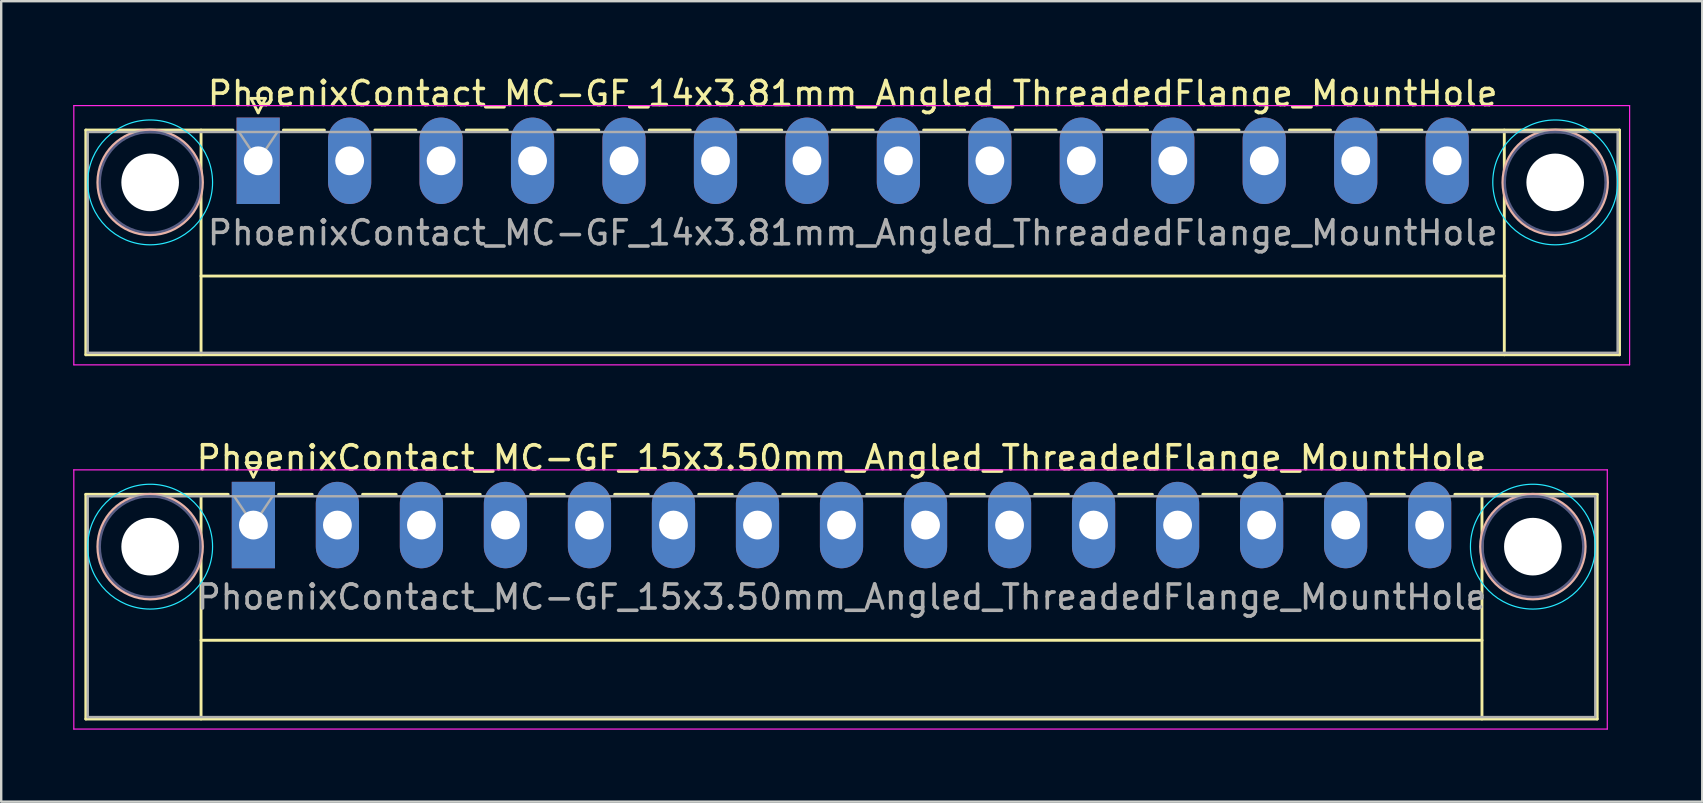
<source format=kicad_pcb>
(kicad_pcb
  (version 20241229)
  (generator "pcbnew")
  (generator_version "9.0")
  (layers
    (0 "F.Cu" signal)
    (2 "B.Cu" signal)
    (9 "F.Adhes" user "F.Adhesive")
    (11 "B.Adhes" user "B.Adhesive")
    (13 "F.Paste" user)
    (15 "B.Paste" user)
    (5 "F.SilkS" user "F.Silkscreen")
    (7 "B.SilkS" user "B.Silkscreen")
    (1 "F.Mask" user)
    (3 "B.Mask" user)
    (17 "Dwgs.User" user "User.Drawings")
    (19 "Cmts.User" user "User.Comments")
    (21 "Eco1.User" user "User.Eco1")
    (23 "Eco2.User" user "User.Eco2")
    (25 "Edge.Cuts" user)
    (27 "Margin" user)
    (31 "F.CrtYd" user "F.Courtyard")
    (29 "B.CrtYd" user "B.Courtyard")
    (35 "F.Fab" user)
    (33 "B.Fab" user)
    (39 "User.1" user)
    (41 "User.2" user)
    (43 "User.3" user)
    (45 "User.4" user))
  (footprint "PhoenixContact_MC-GF_14x3.81mm_Angled_ThreadedFlange_MountHole"
    (layer "F.Cu")
    (at 7.705 3.648)
    (property "Reference" "PhoenixContact_MC-GF_14x3.81mm_Angled_ThreadedFlange_MountHole" (at 24.765 -2.8 0) (layer "F.SilkS") (effects (font (size 1 1) (thickness 0.15))))
    (attr through_hole)
    (fp_line (start -7.18 -1.28) (end -7.18 8.08) (stroke (width 0.12) (type solid)) (layer "F.SilkS"))
    (fp_line (start -7.18 -1.28) (end -1.05 -1.28) (stroke (width 0.12) (type solid)) (layer "F.SilkS"))
    (fp_line (start -7.18 8.08) (end 56.71 8.08) (stroke (width 0.12) (type solid)) (layer "F.SilkS"))
    (fp_line (start -2.38 -1.28) (end -2.38 8.08) (stroke (width 0.12) (type solid)) (layer "F.SilkS"))
    (fp_line (start -2.38 4.8) (end 51.91 4.8) (stroke (width 0.12) (type solid)) (layer "F.SilkS"))
    (fp_line (start -0.3 -2.6) (end 0.3 -2.6) (stroke (width 0.12) (type solid)) (layer "F.SilkS"))
    (fp_line (start 0 -2) (end -0.3 -2.6) (stroke (width 0.12) (type solid)) (layer "F.SilkS"))
    (fp_line (start 0.3 -2.6) (end 0 -2) (stroke (width 0.12) (type solid)) (layer "F.SilkS"))
    (fp_line (start 1.05 -1.28) (end 2.76 -1.28) (stroke (width 0.12) (type solid)) (layer "F.SilkS"))
    (fp_line (start 4.86 -1.28) (end 6.57 -1.28) (stroke (width 0.12) (type solid)) (layer "F.SilkS"))
    (fp_line (start 8.67 -1.28) (end 10.38 -1.28) (stroke (width 0.12) (type solid)) (layer "F.SilkS"))
    (fp_line (start 12.48 -1.28) (end 14.19 -1.28) (stroke (width 0.12) (type solid)) (layer "F.SilkS"))
    (fp_line (start 16.29 -1.28) (end 18 -1.28) (stroke (width 0.12) (type solid)) (layer "F.SilkS"))
    (fp_line (start 20.1 -1.28) (end 21.81 -1.28) (stroke (width 0.12) (type solid)) (layer "F.SilkS"))
    (fp_line (start 23.91 -1.28) (end 25.62 -1.28) (stroke (width 0.12) (type solid)) (layer "F.SilkS"))
    (fp_line (start 27.72 -1.28) (end 29.43 -1.28) (stroke (width 0.12) (type solid)) (layer "F.SilkS"))
    (fp_line (start 31.53 -1.28) (end 33.24 -1.28) (stroke (width 0.12) (type solid)) (layer "F.SilkS"))
    (fp_line (start 35.34 -1.28) (end 37.05 -1.28) (stroke (width 0.12) (type solid)) (layer "F.SilkS"))
    (fp_line (start 39.15 -1.28) (end 40.86 -1.28) (stroke (width 0.12) (type solid)) (layer "F.SilkS"))
    (fp_line (start 42.96 -1.28) (end 44.67 -1.28) (stroke (width 0.12) (type solid)) (layer "F.SilkS"))
    (fp_line (start 46.77 -1.28) (end 48.48 -1.28) (stroke (width 0.12) (type solid)) (layer "F.SilkS"))
    (fp_line (start 51.91 -1.28) (end 51.91 8.08) (stroke (width 0.12) (type solid)) (layer "F.SilkS"))
    (fp_line (start 56.71 -1.28) (end 50.58 -1.28) (stroke (width 0.12) (type solid)) (layer "F.SilkS"))
    (fp_line (start 56.71 8.08) (end 56.71 -1.28) (stroke (width 0.12) (type solid)) (layer "F.SilkS"))
    (fp_circle (center -4.5 0.9) (end -2.32 0.9) (stroke (width 0.12) (type solid)) (fill no) (layer "B.SilkS"))
    (fp_circle (center 54.03 0.9) (end 56.21 0.9) (stroke (width 0.12) (type solid)) (fill no) (layer "B.SilkS"))
    (fp_circle (center -4.5 0.9) (end -1.9 0.9) (stroke (width 0.05) (type solid)) (fill no) (layer "B.CrtYd"))
    (fp_circle (center 54.03 0.9) (end 56.63 0.9) (stroke (width 0.05) (type solid)) (fill no) (layer "B.CrtYd"))
    (fp_line (start -7.68 -2.3) (end -7.68 8.5) (stroke (width 0.05) (type solid)) (layer "F.CrtYd"))
    (fp_line (start -7.68 8.5) (end 57.13 8.5) (stroke (width 0.05) (type solid)) (layer "F.CrtYd"))
    (fp_line (start 57.13 -2.3) (end -7.68 -2.3) (stroke (width 0.05) (type solid)) (layer "F.CrtYd"))
    (fp_line (start 57.13 8.5) (end 57.13 -2.3) (stroke (width 0.05) (type solid)) (layer "F.CrtYd"))
    (fp_circle (center -4.5 0.9) (end -2.4 0.9) (stroke (width 0.1) (type solid)) (fill no) (layer "B.Fab"))
    (fp_circle (center 54.03 0.9) (end 56.13 0.9) (stroke (width 0.1) (type solid)) (fill no) (layer "B.Fab"))
    (fp_line (start -7.1 -1.2) (end -7.1 8) (stroke (width 0.1) (type solid)) (layer "F.Fab"))
    (fp_line (start -7.1 8) (end 56.63 8) (stroke (width 0.1) (type solid)) (layer "F.Fab"))
    (fp_line (start 0 0) (end -0.8 -1.2) (stroke (width 0.1) (type solid)) (layer "F.Fab"))
    (fp_line (start 0.8 -1.2) (end 0 0) (stroke (width 0.1) (type solid)) (layer "F.Fab"))
    (fp_line (start 56.63 -1.2) (end -7.1 -1.2) (stroke (width 0.1) (type solid)) (layer "F.Fab"))
    (fp_line (start 56.63 8) (end 56.63 -1.2) (stroke (width 0.1) (type solid)) (layer "F.Fab"))
    (fp_text user "${REFERENCE}" (at 24.765 3 0) (layer "F.Fab") (effects (font (size 1 1) (thickness 0.15))))
    (pad "" np_thru_hole circle (at -4.5 0.9) (size 2.4 2.4) (drill 2.4) (layers "*.Cu" "*.Mask"))
    (pad "" np_thru_hole circle (at 54.03 0.9) (size 2.4 2.4) (drill 2.4) (layers "*.Cu" "*.Mask"))
    (pad "1" thru_hole rect (at 0 0) (size 1.8 3.6) (drill 1.2) (layers "*.Cu" "*.Mask"))
    (pad "2" thru_hole oval (at 3.81 0) (size 1.8 3.6) (drill 1.2) (layers "*.Cu" "*.Mask"))
    (pad "3" thru_hole oval (at 7.62 0) (size 1.8 3.6) (drill 1.2) (layers "*.Cu" "*.Mask"))
    (pad "4" thru_hole oval (at 11.43 0) (size 1.8 3.6) (drill 1.2) (layers "*.Cu" "*.Mask"))
    (pad "5" thru_hole oval (at 15.24 0) (size 1.8 3.6) (drill 1.2) (layers "*.Cu" "*.Mask"))
    (pad "6" thru_hole oval (at 19.05 0) (size 1.8 3.6) (drill 1.2) (layers "*.Cu" "*.Mask"))
    (pad "7" thru_hole oval (at 22.86 0) (size 1.8 3.6) (drill 1.2) (layers "*.Cu" "*.Mask"))
    (pad "8" thru_hole oval (at 26.67 0) (size 1.8 3.6) (drill 1.2) (layers "*.Cu" "*.Mask"))
    (pad "9" thru_hole oval (at 30.48 0) (size 1.8 3.6) (drill 1.2) (layers "*.Cu" "*.Mask"))
    (pad "10" thru_hole oval (at 34.29 0) (size 1.8 3.6) (drill 1.2) (layers "*.Cu" "*.Mask"))
    (pad "11" thru_hole oval (at 38.1 0) (size 1.8 3.6) (drill 1.2) (layers "*.Cu" "*.Mask"))
    (pad "12" thru_hole oval (at 41.91 0) (size 1.8 3.6) (drill 1.2) (layers "*.Cu" "*.Mask"))
    (pad "13" thru_hole oval (at 45.72 0) (size 1.8 3.6) (drill 1.2) (layers "*.Cu" "*.Mask"))
    (pad "14" thru_hole oval (at 49.53 0) (size 1.8 3.6) (drill 1.2) (layers "*.Cu" "*.Mask")))
  (footprint "PhoenixContact_MC-GF_15x3.50mm_Angled_ThreadedFlange_MountHole"
    (layer "F.Cu")
    (at 7.505 18.822)
    (property "Reference" "PhoenixContact_MC-GF_15x3.50mm_Angled_ThreadedFlange_MountHole" (at 24.5 -2.8 0) (layer "F.SilkS") (effects (font (size 1 1) (thickness 0.15))))
    (attr through_hole)
    (fp_line (start -6.98 -1.28) (end -6.98 8.08) (stroke (width 0.12) (type solid)) (layer "F.SilkS"))
    (fp_line (start -6.98 -1.28) (end -1.05 -1.28) (stroke (width 0.12) (type solid)) (layer "F.SilkS"))
    (fp_line (start -6.98 8.08) (end 55.98 8.08) (stroke (width 0.12) (type solid)) (layer "F.SilkS"))
    (fp_line (start -2.18 -1.28) (end -2.18 8.08) (stroke (width 0.12) (type solid)) (layer "F.SilkS"))
    (fp_line (start -2.18 4.8) (end 51.18 4.8) (stroke (width 0.12) (type solid)) (layer "F.SilkS"))
    (fp_line (start -0.3 -2.6) (end 0.3 -2.6) (stroke (width 0.12) (type solid)) (layer "F.SilkS"))
    (fp_line (start 0 -2) (end -0.3 -2.6) (stroke (width 0.12) (type solid)) (layer "F.SilkS"))
    (fp_line (start 0.3 -2.6) (end 0 -2) (stroke (width 0.12) (type solid)) (layer "F.SilkS"))
    (fp_line (start 1.05 -1.28) (end 2.45 -1.28) (stroke (width 0.12) (type solid)) (layer "F.SilkS"))
    (fp_line (start 4.55 -1.28) (end 5.95 -1.28) (stroke (width 0.12) (type solid)) (layer "F.SilkS"))
    (fp_line (start 8.05 -1.28) (end 9.45 -1.28) (stroke (width 0.12) (type solid)) (layer "F.SilkS"))
    (fp_line (start 11.55 -1.28) (end 12.95 -1.28) (stroke (width 0.12) (type solid)) (layer "F.SilkS"))
    (fp_line (start 15.05 -1.28) (end 16.45 -1.28) (stroke (width 0.12) (type solid)) (layer "F.SilkS"))
    (fp_line (start 18.55 -1.28) (end 19.95 -1.28) (stroke (width 0.12) (type solid)) (layer "F.SilkS"))
    (fp_line (start 22.05 -1.28) (end 23.45 -1.28) (stroke (width 0.12) (type solid)) (layer "F.SilkS"))
    (fp_line (start 25.55 -1.28) (end 26.95 -1.28) (stroke (width 0.12) (type solid)) (layer "F.SilkS"))
    (fp_line (start 29.05 -1.28) (end 30.45 -1.28) (stroke (width 0.12) (type solid)) (layer "F.SilkS"))
    (fp_line (start 32.55 -1.28) (end 33.95 -1.28) (stroke (width 0.12) (type solid)) (layer "F.SilkS"))
    (fp_line (start 36.05 -1.28) (end 37.45 -1.28) (stroke (width 0.12) (type solid)) (layer "F.SilkS"))
    (fp_line (start 39.55 -1.28) (end 40.95 -1.28) (stroke (width 0.12) (type solid)) (layer "F.SilkS"))
    (fp_line (start 43.05 -1.28) (end 44.45 -1.28) (stroke (width 0.12) (type solid)) (layer "F.SilkS"))
    (fp_line (start 46.55 -1.28) (end 47.95 -1.28) (stroke (width 0.12) (type solid)) (layer "F.SilkS"))
    (fp_line (start 51.18 -1.28) (end 51.18 8.08) (stroke (width 0.12) (type solid)) (layer "F.SilkS"))
    (fp_line (start 55.98 -1.28) (end 50.05 -1.28) (stroke (width 0.12) (type solid)) (layer "F.SilkS"))
    (fp_line (start 55.98 8.08) (end 55.98 -1.28) (stroke (width 0.12) (type solid)) (layer "F.SilkS"))
    (fp_circle (center -4.3 0.9) (end -2.12 0.9) (stroke (width 0.12) (type solid)) (fill no) (layer "B.SilkS"))
    (fp_circle (center 53.3 0.9) (end 55.48 0.9) (stroke (width 0.12) (type solid)) (fill no) (layer "B.SilkS"))
    (fp_circle (center -4.3 0.9) (end -1.7 0.9) (stroke (width 0.05) (type solid)) (fill no) (layer "B.CrtYd"))
    (fp_circle (center 53.3 0.9) (end 55.9 0.9) (stroke (width 0.05) (type solid)) (fill no) (layer "B.CrtYd"))
    (fp_line (start -7.48 -2.3) (end -7.48 8.5) (stroke (width 0.05) (type solid)) (layer "F.CrtYd"))
    (fp_line (start -7.48 8.5) (end 56.4 8.5) (stroke (width 0.05) (type solid)) (layer "F.CrtYd"))
    (fp_line (start 56.4 -2.3) (end -7.48 -2.3) (stroke (width 0.05) (type solid)) (layer "F.CrtYd"))
    (fp_line (start 56.4 8.5) (end 56.4 -2.3) (stroke (width 0.05) (type solid)) (layer "F.CrtYd"))
    (fp_circle (center -4.3 0.9) (end -2.2 0.9) (stroke (width 0.1) (type solid)) (fill no) (layer "B.Fab"))
    (fp_circle (center 53.3 0.9) (end 55.4 0.9) (stroke (width 0.1) (type solid)) (fill no) (layer "B.Fab"))
    (fp_line (start -6.9 -1.2) (end -6.9 8) (stroke (width 0.1) (type solid)) (layer "F.Fab"))
    (fp_line (start -6.9 8) (end 55.9 8) (stroke (width 0.1) (type solid)) (layer "F.Fab"))
    (fp_line (start 0 0) (end -0.8 -1.2) (stroke (width 0.1) (type solid)) (layer "F.Fab"))
    (fp_line (start 0.8 -1.2) (end 0 0) (stroke (width 0.1) (type solid)) (layer "F.Fab"))
    (fp_line (start 55.9 -1.2) (end -6.9 -1.2) (stroke (width 0.1) (type solid)) (layer "F.Fab"))
    (fp_line (start 55.9 8) (end 55.9 -1.2) (stroke (width 0.1) (type solid)) (layer "F.Fab"))
    (fp_text user "${REFERENCE}" (at 24.5 3 0) (layer "F.Fab") (effects (font (size 1 1) (thickness 0.15))))
    (pad "" np_thru_hole circle (at -4.3 0.9) (size 2.4 2.4) (drill 2.4) (layers "*.Cu" "*.Mask"))
    (pad "" np_thru_hole circle (at 53.3 0.9) (size 2.4 2.4) (drill 2.4) (layers "*.Cu" "*.Mask"))
    (pad "1" thru_hole rect (at 0 0) (size 1.8 3.6) (drill 1.2) (layers "*.Cu" "*.Mask"))
    (pad "2" thru_hole oval (at 3.5 0) (size 1.8 3.6) (drill 1.2) (layers "*.Cu" "*.Mask"))
    (pad "3" thru_hole oval (at 7 0) (size 1.8 3.6) (drill 1.2) (layers "*.Cu" "*.Mask"))
    (pad "4" thru_hole oval (at 10.5 0) (size 1.8 3.6) (drill 1.2) (layers "*.Cu" "*.Mask"))
    (pad "5" thru_hole oval (at 14 0) (size 1.8 3.6) (drill 1.2) (layers "*.Cu" "*.Mask"))
    (pad "6" thru_hole oval (at 17.5 0) (size 1.8 3.6) (drill 1.2) (layers "*.Cu" "*.Mask"))
    (pad "7" thru_hole oval (at 21 0) (size 1.8 3.6) (drill 1.2) (layers "*.Cu" "*.Mask"))
    (pad "8" thru_hole oval (at 24.5 0) (size 1.8 3.6) (drill 1.2) (layers "*.Cu" "*.Mask"))
    (pad "9" thru_hole oval (at 28 0) (size 1.8 3.6) (drill 1.2) (layers "*.Cu" "*.Mask"))
    (pad "10" thru_hole oval (at 31.5 0) (size 1.8 3.6) (drill 1.2) (layers "*.Cu" "*.Mask"))
    (pad "11" thru_hole oval (at 35 0) (size 1.8 3.6) (drill 1.2) (layers "*.Cu" "*.Mask"))
    (pad "12" thru_hole oval (at 38.5 0) (size 1.8 3.6) (drill 1.2) (layers "*.Cu" "*.Mask"))
    (pad "13" thru_hole oval (at 42 0) (size 1.8 3.6) (drill 1.2) (layers "*.Cu" "*.Mask"))
    (pad "14" thru_hole oval (at 45.5 0) (size 1.8 3.6) (drill 1.2) (layers "*.Cu" "*.Mask"))
    (pad "15" thru_hole oval (at 49 0) (size 1.8 3.6) (drill 1.2) (layers "*.Cu" "*.Mask")))
  (gr_rect
    (start -3 -3)
    (end 67.86 30.346)
    (stroke (width 0.1) (type default))
    (fill no)
    (layer "Edge.Cuts")))
</source>
